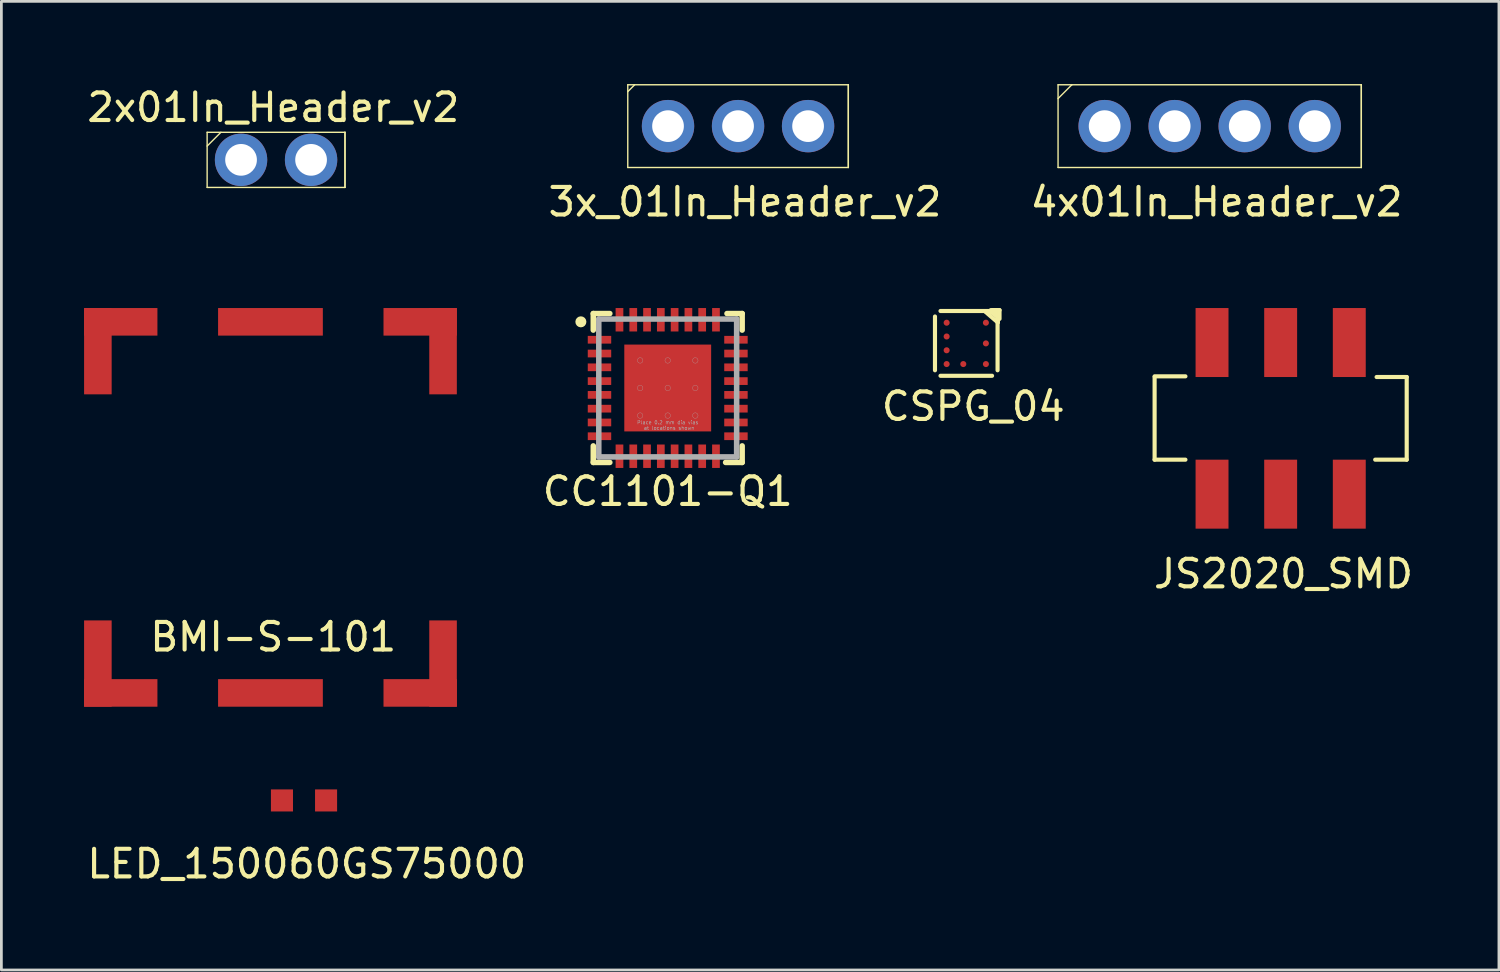
<source format=kicad_pcb>
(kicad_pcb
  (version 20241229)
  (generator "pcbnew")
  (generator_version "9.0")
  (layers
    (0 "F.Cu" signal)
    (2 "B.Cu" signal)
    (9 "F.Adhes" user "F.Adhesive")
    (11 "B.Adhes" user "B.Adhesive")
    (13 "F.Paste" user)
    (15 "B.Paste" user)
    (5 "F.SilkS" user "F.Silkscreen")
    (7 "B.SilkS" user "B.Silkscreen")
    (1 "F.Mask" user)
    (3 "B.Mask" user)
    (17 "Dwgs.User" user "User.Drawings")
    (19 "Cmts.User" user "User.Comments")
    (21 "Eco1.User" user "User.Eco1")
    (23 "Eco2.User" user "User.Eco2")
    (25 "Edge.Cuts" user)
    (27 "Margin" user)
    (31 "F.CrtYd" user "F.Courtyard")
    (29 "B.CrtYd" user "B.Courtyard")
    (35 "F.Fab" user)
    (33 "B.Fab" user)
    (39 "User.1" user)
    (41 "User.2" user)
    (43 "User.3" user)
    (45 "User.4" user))
  (footprint "CSPG_04"
    (layer "F.Cu")
    (at 31.998 9.405)
    (property "Reference" "CSPG_04" (at 0.254 2.286 0) (layer "F.SilkS") (effects (font (size 1 1) (thickness 0.15))))
    (attr through_hole)
    (fp_line (start -1.135 -0.975) (end -1.135 0.975) (stroke (width 0.15) (type solid)) (layer "F.SilkS"))
    (fp_line (start -0.935 -1.175) (end 0.935 -1.175) (stroke (width 0.15) (type solid)) (layer "F.SilkS"))
    (fp_line (start -0.935 1.175) (end 0.935 1.175) (stroke (width 0.15) (type solid)) (layer "F.SilkS"))
    (fp_line (start 0.699 -1.143) (end 1.143 -0.762) (stroke (width 0.15) (type solid)) (layer "F.SilkS"))
    (fp_line (start 0.889 -1.206) (end 1.143 -1.206) (stroke (width 0.15) (type solid)) (layer "F.SilkS"))
    (fp_line (start 0.889 -1.143) (end 1.143 -0.953) (stroke (width 0.15) (type solid)) (layer "F.SilkS"))
    (fp_line (start 1.135 -0.975) (end 1.135 0.975) (stroke (width 0.15) (type solid)) (layer "F.SilkS"))
    (fp_line (start 1.143 -1.143) (end 0.889 -1.143) (stroke (width 0.15) (type solid)) (layer "F.SilkS"))
    (fp_line (start 1.143 -0.762) (end 1.143 -1.143) (stroke (width 0.15) (type solid)) (layer "F.SilkS"))
    (fp_line (start 1.206 -1.206) (end 0.953 -1.206) (stroke (width 0.15) (type solid)) (layer "F.SilkS"))
    (fp_line (start 1.206 -0.889) (end 1.206 -1.206) (stroke (width 0.15) (type solid)) (layer "F.SilkS"))
    (pad "A1" smd circle (at 0.712 -0.75) (size 0.22 0.22) (layers "F.Cu" "F.Mask" "F.Paste"))
    (pad "A3" smd circle (at -0.712 -0.75) (size 0.22 0.22) (layers "F.Cu" "F.Mask" "F.Paste"))
    (pad "B3" smd circle (at -0.712 -0.25) (size 0.22 0.22) (layers "F.Cu" "F.Mask" "F.Paste"))
    (pad "C1" smd circle (at 0.712 0) (size 0.22 0.22) (layers "F.Cu" "F.Mask" "F.Paste"))
    (pad "D3" smd circle (at -0.712 0.25) (size 0.22 0.22) (layers "F.Cu" "F.Mask" "F.Paste"))
    (pad "E1" smd circle (at 0.712 0.75) (size 0.22 0.22) (layers "F.Cu" "F.Mask" "F.Paste"))
    (pad "E2" smd circle (at -0.108 0.75) (size 0.22 0.22) (layers "F.Cu" "F.Mask" "F.Paste"))
    (pad "E3" smd circle (at -0.712 0.75) (size 0.22 0.22) (layers "F.Cu" "F.Mask" "F.Paste")))
  (footprint "CC1101-Q1"
    (layer "F.Cu")
    (at 21.169 11.023)
    (property "Reference" "CC1101-Q1" (at 0 3.75 0) (layer "F.SilkS") (effects (font (size 1 1) (thickness 0.15))))
    (attr through_hole)
    (fp_line (start -2.7 -2.7) (end -2.7 -2.1) (stroke (width 0.2) (type solid)) (layer "F.SilkS"))
    (fp_line (start -2.7 2.1) (end -2.7 2.7) (stroke (width 0.2) (type solid)) (layer "F.SilkS"))
    (fp_line (start -2.7 2.7) (end -2.1 2.7) (stroke (width 0.2) (type solid)) (layer "F.SilkS"))
    (fp_line (start -2.1 -2.7) (end -2.7 -2.7) (stroke (width 0.2) (type solid)) (layer "F.SilkS"))
    (fp_line (start 2.15 -2.7) (end 2.7 -2.7) (stroke (width 0.2) (type solid)) (layer "F.SilkS"))
    (fp_line (start 2.7 -2.7) (end 2.7 -2.1) (stroke (width 0.2) (type solid)) (layer "F.SilkS"))
    (fp_line (start 2.7 2.1) (end 2.7 2.7) (stroke (width 0.2) (type solid)) (layer "F.SilkS"))
    (fp_line (start 2.7 2.7) (end 2.1 2.7) (stroke (width 0.2) (type solid)) (layer "F.SilkS"))
    (fp_circle (center -3.15 -2.4) (end -3.05 -2.4) (stroke (width 0.2) (type solid)) (fill no) (layer "F.SilkS"))
    (fp_line (start -2.5 -2.5) (end 2.5 -2.5) (stroke (width 0.2) (type solid)) (layer "F.Fab"))
    (fp_line (start -2.5 2.5) (end -2.5 -2.5) (stroke (width 0.2) (type solid)) (layer "F.Fab"))
    (fp_line (start 2.5 -2.5) (end 2.5 2.5) (stroke (width 0.2) (type solid)) (layer "F.Fab"))
    (fp_line (start 2.5 2.5) (end -2.5 2.5) (stroke (width 0.2) (type solid)) (layer "F.Fab"))
    (fp_circle (center -1 -1) (end -0.9 -1) (stroke (width 0.01) (type solid)) (fill no) (layer "F.Fab"))
    (fp_circle (center -1 0) (end -0.9 0) (stroke (width 0.01) (type solid)) (fill no) (layer "F.Fab"))
    (fp_circle (center -1 1) (end -0.9 1) (stroke (width 0.01) (type solid)) (fill no) (layer "F.Fab"))
    (fp_circle (center 0 -1) (end 0.1 -1) (stroke (width 0.01) (type solid)) (fill no) (layer "F.Fab"))
    (fp_circle (center 0 0) (end 0.1 0) (stroke (width 0.01) (type solid)) (fill no) (layer "F.Fab"))
    (fp_circle (center 0 1) (end 0.1 1) (stroke (width 0.01) (type solid)) (fill no) (layer "F.Fab"))
    (fp_circle (center 1 -1) (end 1.1 -1) (stroke (width 0.01) (type solid)) (fill no) (layer "F.Fab"))
    (fp_circle (center 1 0) (end 1.1 0) (stroke (width 0.01) (type solid)) (fill no) (layer "F.Fab"))
    (fp_circle (center 1 1) (end 1.1 1) (stroke (width 0.01) (type solid)) (fill no) (layer "F.Fab"))
    (fp_text user "Place 0.2 mm dia vias" (at 0 1.25 0) (layer "F.Fab") (effects (font (size 0.127 0.127) (thickness 0.015))))
    (fp_text user "at locations shown" (at 0.05 1.45 0) (layer "F.Fab") (effects (font (size 0.127 0.127) (thickness 0.015))))
    (pad "1" smd rect (at -2.475 -1.75) (size 0.85 0.28) (layers "F.Cu" "F.Mask" "F.Paste"))
    (pad "2" smd rect (at -2.475 -1.25) (size 0.85 0.28) (layers "F.Cu" "F.Mask" "F.Paste"))
    (pad "3" smd rect (at -2.475 -0.75) (size 0.85 0.28) (layers "F.Cu" "F.Mask" "F.Paste"))
    (pad "4" smd rect (at -2.475 -0.25) (size 0.85 0.28) (layers "F.Cu" "F.Mask" "F.Paste"))
    (pad "5" smd rect (at -2.475 0.25) (size 0.85 0.28) (layers "F.Cu" "F.Mask" "F.Paste"))
    (pad "6" smd rect (at -2.475 0.75) (size 0.85 0.28) (layers "F.Cu" "F.Mask" "F.Paste"))
    (pad "7" smd rect (at -2.475 1.25) (size 0.85 0.28) (layers "F.Cu" "F.Mask" "F.Paste"))
    (pad "8" smd rect (at -2.475 1.75) (size 0.85 0.28) (layers "F.Cu" "F.Mask" "F.Paste"))
    (pad "9" smd rect (at -1.75 2.475) (size 0.28 0.85) (layers "F.Cu" "F.Mask" "F.Paste"))
    (pad "10" smd rect (at -1.25 2.475) (size 0.28 0.85) (layers "F.Cu" "F.Mask" "F.Paste"))
    (pad "11" smd rect (at -0.75 2.475) (size 0.28 0.85) (layers "F.Cu" "F.Mask" "F.Paste"))
    (pad "12" smd rect (at -0.25 2.475) (size 0.28 0.85) (layers "F.Cu" "F.Mask" "F.Paste"))
    (pad "13" smd rect (at 0.25 2.475) (size 0.28 0.85) (layers "F.Cu" "F.Mask" "F.Paste"))
    (pad "14" smd rect (at 0.75 2.475) (size 0.28 0.85) (layers "F.Cu" "F.Mask" "F.Paste"))
    (pad "15" smd rect (at 1.25 2.475) (size 0.28 0.85) (layers "F.Cu" "F.Mask" "F.Paste"))
    (pad "16" smd rect (at 1.75 2.475) (size 0.28 0.85) (layers "F.Cu" "F.Mask" "F.Paste"))
    (pad "17" smd rect (at 2.475 1.75) (size 0.85 0.28) (layers "F.Cu" "F.Mask" "F.Paste"))
    (pad "18" smd rect (at 2.475 1.25) (size 0.85 0.28) (layers "F.Cu" "F.Mask" "F.Paste"))
    (pad "19" smd rect (at 2.475 0.75) (size 0.85 0.28) (layers "F.Cu" "F.Mask" "F.Paste"))
    (pad "20" smd rect (at 2.475 0.25) (size 0.85 0.28) (layers "F.Cu" "F.Mask" "F.Paste"))
    (pad "21" smd rect (at 2.475 -0.25) (size 0.85 0.28) (layers "F.Cu" "F.Mask" "F.Paste"))
    (pad "22" smd rect (at 2.475 -0.75) (size 0.85 0.28) (layers "F.Cu" "F.Mask" "F.Paste"))
    (pad "23" smd rect (at 2.475 -1.25) (size 0.85 0.28) (layers "F.Cu" "F.Mask" "F.Paste"))
    (pad "24" smd rect (at 2.475 -1.75) (size 0.85 0.28) (layers "F.Cu" "F.Mask" "F.Paste"))
    (pad "25" smd rect (at 1.75 -2.475) (size 0.28 0.85) (layers "F.Cu" "F.Mask" "F.Paste"))
    (pad "26" smd rect (at 1.25 -2.475) (size 0.28 0.85) (layers "F.Cu" "F.Mask" "F.Paste"))
    (pad "27" smd rect (at 0.75 -2.475) (size 0.28 0.85) (layers "F.Cu" "F.Mask" "F.Paste"))
    (pad "28" smd rect (at 0.25 -2.475) (size 0.28 0.85) (layers "F.Cu" "F.Mask" "F.Paste"))
    (pad "29" smd rect (at -0.25 -2.475) (size 0.28 0.85) (layers "F.Cu" "F.Mask" "F.Paste"))
    (pad "30" smd rect (at -0.75 -2.475) (size 0.28 0.85) (layers "F.Cu" "F.Mask" "F.Paste"))
    (pad "31" smd rect (at -1.25 -2.475) (size 0.28 0.85) (layers "F.Cu" "F.Mask" "F.Paste"))
    (pad "32" smd rect (at -1.75 -2.475) (size 0.28 0.85) (layers "F.Cu" "F.Mask" "F.Paste"))
    (pad "33" smd rect (at -0.8 -0.8) (size 1.3 1.3) (layers "F.Cu" "F.Mask" "F.Paste"))
    (pad "33" smd rect (at -0.8 0.8) (size 1.3 1.3) (layers "F.Cu" "F.Mask" "F.Paste"))
    (pad "33" smd rect (at 0 0) (size 3.15 3.15) (layers "F.Cu" "F.Mask"))
    (pad "33" smd rect (at 0.8 -0.8) (size 1.3 1.3) (layers "F.Cu" "F.Mask" "F.Paste"))
    (pad "33" smd rect (at 0.8 0.8) (size 1.3 1.3) (layers "F.Cu" "F.Mask" "F.Paste")))
  (footprint "4x01In_Header_v2"
    (layer "F.Cu")
    (at 40.827 1.525)
    (property "Reference" "4x01In_Header_v2" (at 0.25 2.75 0) (layer "F.SilkS") (effects (font (size 1 1) (thickness 0.15))))
    (attr through_hole)
    (fp_line (start -5.5 -1) (end -5 -1.5) (stroke (width 0.05) (type solid)) (layer "F.SilkS"))
    (fp_line (start -5.5 1.5) (end -5.5 -1.5) (stroke (width 0.05) (type solid)) (layer "F.SilkS"))
    (fp_line (start -5 -1.5) (end -5.5 -1.5) (stroke (width 0.05) (type solid)) (layer "F.SilkS"))
    (fp_line (start -5 -1.5) (end 5.5 -1.5) (stroke (width 0.05) (type solid)) (layer "F.SilkS"))
    (fp_line (start 5.5 -1.5) (end 5.5 1.5) (stroke (width 0.05) (type solid)) (layer "F.SilkS"))
    (fp_line (start 5.5 1.5) (end -5.5 1.5) (stroke (width 0.05) (type solid)) (layer "F.SilkS"))
    (fp_line (start 5.5 1.5) (end 5.5 -1.5) (stroke (width 0.05) (type solid)) (layer "F.SilkS"))
    (pad "1" thru_hole circle (at -3.81 0) (size 1.9 1.9) (drill 1.15) (layers "*.Cu" "*.Mask"))
    (pad "2" thru_hole circle (at -1.27 0) (size 1.9 1.9) (drill 1.15) (layers "*.Cu" "*.Mask"))
    (pad "3" thru_hole circle (at 1.27 0) (size 1.9 1.9) (drill 1.15) (layers "*.Cu" "*.Mask"))
    (pad "4" thru_hole circle (at 3.81 0) (size 1.9 1.9) (drill 1.15) (layers "*.Cu" "*.Mask")))
  (footprint "BMI-S-101"
    (layer "F.Cu")
    (at 6.76 15.353)
    (property "Reference" "BMI-S-101" (at 0.1 4.7 0) (layer "F.SilkS") (effects (font (size 1 1) (thickness 0.15))))
    (attr through_hole)
    (pad "1" smd rect (at -6.26 -5.665) (size 1 3.13) (layers "F.Cu" "F.Mask"))
    (pad "1" smd rect (at -5.43 -6.73) (size 2.66 1) (layers "F.Cu" "F.Mask"))
    (pad "3" smd rect (at -6.26 5.665) (size 1 3.13) (layers "F.Cu" "F.Mask"))
    (pad "3" smd rect (at -5.43 6.73) (size 2.66 1) (layers "F.Cu" "F.Mask"))
    (pad "4" smd rect (at 0 6.73) (size 3.8 1) (layers "F.Cu" "F.Mask"))
    (pad "5" smd rect (at 5.43 6.73) (size 2.66 1) (layers "F.Cu" "F.Mask"))
    (pad "5" smd rect (at 6.26 5.665) (size 1 3.13) (layers "F.Cu" "F.Mask"))
    (pad "7" smd rect (at 5.43 -6.73) (size 2.66 1) (layers "F.Cu" "F.Mask"))
    (pad "7" smd rect (at 6.26 -5.665) (size 1 3.13) (layers "F.Cu" "F.Mask"))
    (pad "8" smd rect (at 0 -6.73) (size 3.8 1) (layers "F.Cu" "F.Mask")))
  (footprint "2x01In_Header_v2"
    (layer "F.Cu")
    (at 6.963 2.748)
    (property "Reference" "2x01In_Header_v2" (at -0.1 -1.9 0) (layer "F.SilkS") (effects (font (size 1 1) (thickness 0.15))))
    (attr through_hole)
    (fp_line (start -2.5 -1) (end -2.5 1) (stroke (width 0.05) (type solid)) (layer "F.SilkS"))
    (fp_line (start -2.5 -1) (end 2.5 -1) (stroke (width 0.05) (type solid)) (layer "F.SilkS"))
    (fp_line (start -2.5 -0.5) (end -2 -1) (stroke (width 0.05) (type solid)) (layer "F.SilkS"))
    (fp_line (start 2.5 -1) (end 2.5 1) (stroke (width 0.05) (type solid)) (layer "F.SilkS"))
    (fp_line (start 2.5 -1) (end 2.5 1) (stroke (width 0.05) (type solid)) (layer "F.SilkS"))
    (fp_line (start 2.5 1) (end -2.5 1) (stroke (width 0.05) (type solid)) (layer "F.SilkS"))
    (pad "1" thru_hole circle (at -1.27 0) (size 1.9 1.9) (drill 1.15) (layers "*.Cu" "*.Mask"))
    (pad "2" thru_hole circle (at 1.27 0) (size 1.9 1.9) (drill 1.15) (layers "*.Cu" "*.Mask")))
  (footprint "LED_150060GS75000"
    (layer "F.Cu")
    (at 7.977 25.983)
    (property "Reference" "LED_150060GS75000" (at 0.1 2.3 0) (layer "F.SilkS") (effects (font (size 1 1) (thickness 0.15))))
    (attr through_hole)
    (pad "1" smd rect (at -0.8 0) (size 0.8 0.8) (layers "F.Cu" "F.Mask" "F.Paste"))
    (pad "2" smd rect (at 0.8 0) (size 0.8 0.8) (layers "F.Cu" "F.Mask" "F.Paste")))
  (footprint "JS2020_SMD"
    (layer "F.Cu")
    (at 43.401 12.124)
    (property "Reference" "JS2020_SMD" (at 0.102 5.639 0) (layer "F.SilkS") (effects (font (size 1 1) (thickness 0.15))))
    (attr through_hole)
    (fp_line (start -4.572 -1.524) (end -3.454 -1.524) (stroke (width 0.15) (type solid)) (layer "F.SilkS"))
    (fp_line (start -4.572 -1.499) (end -4.572 1.499) (stroke (width 0.15) (type solid)) (layer "F.SilkS"))
    (fp_line (start -4.572 1.499) (end -3.454 1.499) (stroke (width 0.15) (type solid)) (layer "F.SilkS"))
    (fp_line (start 4.572 -1.499) (end 3.48 -1.499) (stroke (width 0.15) (type solid)) (layer "F.SilkS"))
    (fp_line (start 4.572 -1.499) (end 4.572 1.499) (stroke (width 0.15) (type solid)) (layer "F.SilkS"))
    (fp_line (start 4.572 1.499) (end 3.429 1.499) (stroke (width 0.15) (type solid)) (layer "F.SilkS"))
    (pad "1" smd rect (at -2.489 2.75) (size 1.194 2.502) (layers "F.Cu" "F.Mask" "F.Paste"))
    (pad "2" smd rect (at 0 2.75) (size 1.194 2.502) (layers "F.Cu" "F.Mask" "F.Paste"))
    (pad "3" smd rect (at 2.489 2.75) (size 1.194 2.502) (layers "F.Cu" "F.Mask" "F.Paste"))
    (pad "4" smd rect (at -2.489 -2.75) (size 1.194 2.502) (layers "F.Cu" "F.Mask" "F.Paste"))
    (pad "5" smd rect (at 0 -2.75) (size 1.194 2.502) (layers "F.Cu" "F.Mask" "F.Paste"))
    (pad "6" smd rect (at 2.489 -2.75) (size 1.194 2.502) (layers "F.Cu" "F.Mask" "F.Paste")))
  (footprint "3x_01In_Header_v2"
    (layer "F.Cu")
    (at 23.72 1.525)
    (property "Reference" "3x_01In_Header_v2" (at 0.25 2.75 0) (layer "F.SilkS") (effects (font (size 1 1) (thickness 0.15))))
    (attr through_hole)
    (fp_line (start -4 -1.5) (end 4 -1.5) (stroke (width 0.05) (type solid)) (layer "F.SilkS"))
    (fp_line (start -4 -1.25) (end -3.75 -1.5) (stroke (width 0.05) (type solid)) (layer "F.SilkS"))
    (fp_line (start -4 1.5) (end -4 -1.5) (stroke (width 0.05) (type solid)) (layer "F.SilkS"))
    (fp_line (start 4 -1.5) (end 4 1.5) (stroke (width 0.05) (type solid)) (layer "F.SilkS"))
    (fp_line (start 4 1.5) (end -4 1.5) (stroke (width 0.05) (type solid)) (layer "F.SilkS"))
    (fp_line (start 4 1.5) (end 4 -1.5) (stroke (width 0.05) (type solid)) (layer "F.SilkS"))
    (pad "1" thru_hole circle (at -2.54 0) (size 1.9 1.9) (drill 1.15) (layers "*.Cu" "*.Mask"))
    (pad "2" thru_hole circle (at 0 0) (size 1.9 1.9) (drill 1.15) (layers "*.Cu" "*.Mask"))
    (pad "3" thru_hole circle (at 2.54 0) (size 1.9 1.9) (drill 1.15) (layers "*.Cu" "*.Mask")))
  (gr_rect
    (start -3 -3)
    (end 51.318 32.132)
    (stroke (width 0.1) (type default))
    (fill no)
    (layer "Edge.Cuts")))
</source>
